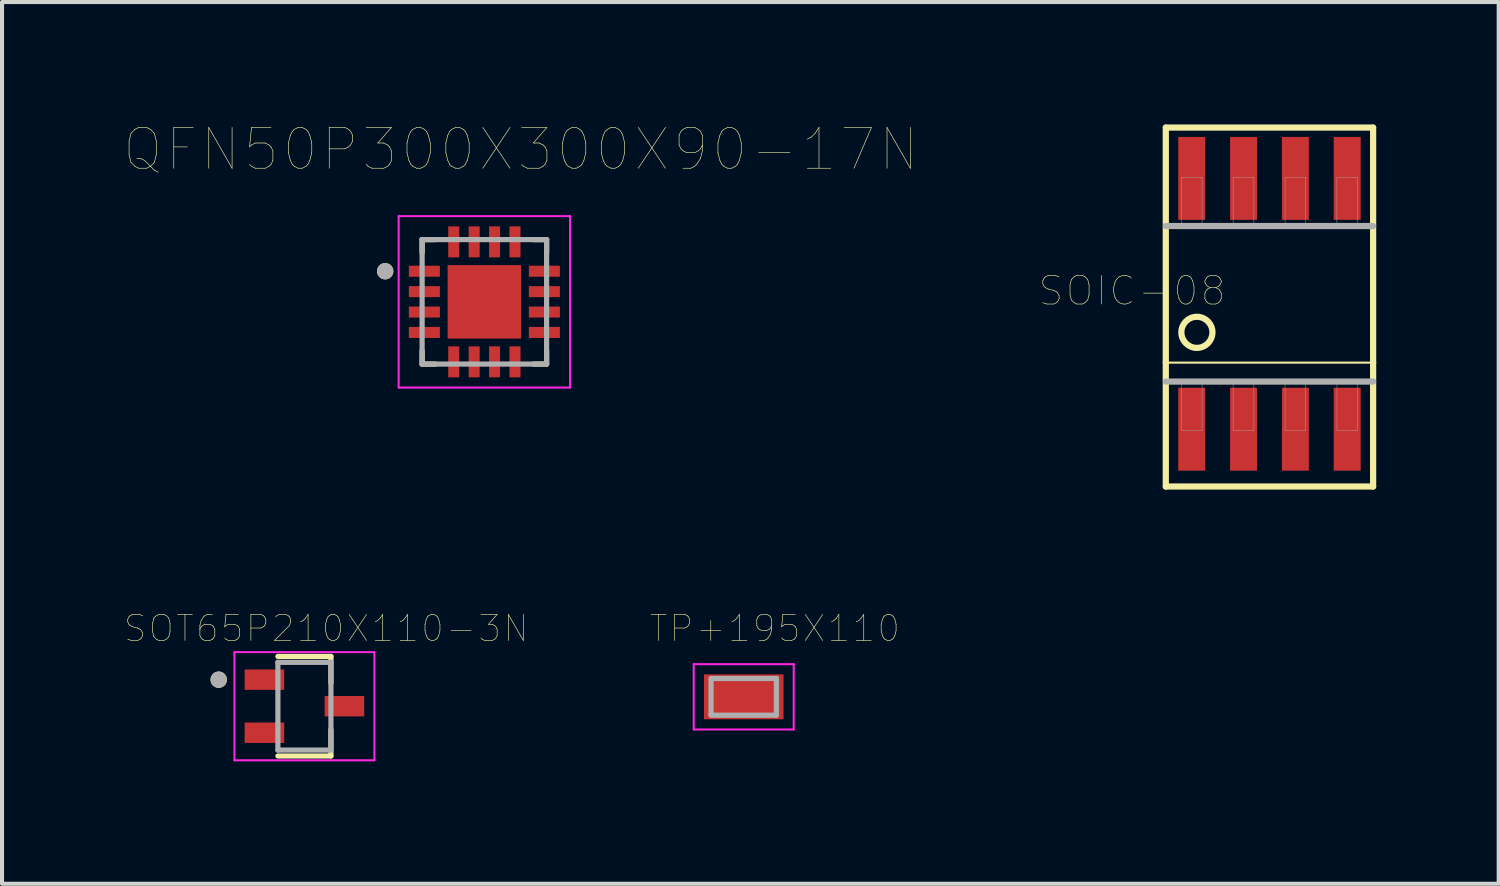
<source format=kicad_pcb>
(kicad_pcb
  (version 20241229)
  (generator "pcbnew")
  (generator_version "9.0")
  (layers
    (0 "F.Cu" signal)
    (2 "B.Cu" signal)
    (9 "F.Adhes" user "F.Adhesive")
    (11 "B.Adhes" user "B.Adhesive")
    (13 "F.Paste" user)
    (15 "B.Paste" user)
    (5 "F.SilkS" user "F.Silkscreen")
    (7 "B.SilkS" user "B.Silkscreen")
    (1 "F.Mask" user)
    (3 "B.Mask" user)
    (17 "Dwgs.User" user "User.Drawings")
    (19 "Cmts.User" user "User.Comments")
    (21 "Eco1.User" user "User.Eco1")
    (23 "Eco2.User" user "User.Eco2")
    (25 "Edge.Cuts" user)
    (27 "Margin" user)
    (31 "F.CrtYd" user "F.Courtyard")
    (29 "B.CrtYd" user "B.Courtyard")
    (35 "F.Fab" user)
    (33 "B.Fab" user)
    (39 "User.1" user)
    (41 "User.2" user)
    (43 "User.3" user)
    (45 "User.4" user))
  (footprint "QFN50P300X300X90-17N"
    (layer "F.Cu")
    (at 8.818 4.346)
    (property "Reference" "QFN50P300X300X90-17N" (at 0.89 -3.735 0) (layer "F.SilkS") (effects (font (size 1 1) (thickness 0.015))))
    (attr through_hole)
    (fp_line (start -1.525 -1.525) (end -1.525 -1.205) (stroke (width 0.127) (type solid)) (layer "F.SilkS"))
    (fp_line (start -1.525 -1.525) (end -1.205 -1.525) (stroke (width 0.127) (type solid)) (layer "F.SilkS"))
    (fp_line (start -1.525 1.525) (end -1.525 1.205) (stroke (width 0.127) (type solid)) (layer "F.SilkS"))
    (fp_line (start -1.525 1.525) (end -1.205 1.525) (stroke (width 0.127) (type solid)) (layer "F.SilkS"))
    (fp_line (start 1.525 -1.525) (end 1.205 -1.525) (stroke (width 0.127) (type solid)) (layer "F.SilkS"))
    (fp_line (start 1.525 -1.525) (end 1.525 -1.205) (stroke (width 0.127) (type solid)) (layer "F.SilkS"))
    (fp_line (start 1.525 1.525) (end 1.205 1.525) (stroke (width 0.127) (type solid)) (layer "F.SilkS"))
    (fp_line (start 1.525 1.525) (end 1.525 1.205) (stroke (width 0.127) (type solid)) (layer "F.SilkS"))
    (fp_circle (center -2.43 -0.75) (end -2.33 -0.75) (stroke (width 0.2) (type solid)) (fill no) (layer "F.SilkS"))
    (fp_poly (pts (xy -0.57 -0.57) (xy 0.57 -0.57) (xy 0.57 0.57) (xy -0.57 0.57)) (stroke (width 0.01) (type solid)) (fill yes) (layer "F.Paste"))
    (fp_line (start -2.1 -2.1) (end 2.1 -2.1) (stroke (width 0.05) (type solid)) (layer "F.CrtYd"))
    (fp_line (start -2.1 2.1) (end -2.1 -2.1) (stroke (width 0.05) (type solid)) (layer "F.CrtYd"))
    (fp_line (start -2.1 2.1) (end 2.1 2.1) (stroke (width 0.05) (type solid)) (layer "F.CrtYd"))
    (fp_line (start 2.1 2.1) (end 2.1 -2.1) (stroke (width 0.05) (type solid)) (layer "F.CrtYd"))
    (fp_line (start -1.525 1.525) (end -1.525 -1.525) (stroke (width 0.127) (type solid)) (layer "F.Fab"))
    (fp_line (start 1.525 -1.525) (end -1.525 -1.525) (stroke (width 0.127) (type solid)) (layer "F.Fab"))
    (fp_line (start 1.525 1.525) (end -1.525 1.525) (stroke (width 0.127) (type solid)) (layer "F.Fab"))
    (fp_line (start 1.525 1.525) (end 1.525 -1.525) (stroke (width 0.127) (type solid)) (layer "F.Fab"))
    (fp_circle (center -2.43 -0.75) (end -2.33 -0.75) (stroke (width 0.2) (type solid)) (fill no) (layer "F.Fab"))
    (pad "1" smd rect (at -1.47 -0.75) (size 0.76 0.27) (layers "F.Cu" "F.Mask" "F.Paste"))
    (pad "2" smd rect (at -1.47 -0.25) (size 0.76 0.27) (layers "F.Cu" "F.Mask" "F.Paste"))
    (pad "3" smd rect (at -1.47 0.25) (size 0.76 0.27) (layers "F.Cu" "F.Mask" "F.Paste"))
    (pad "4" smd rect (at -1.47 0.75) (size 0.76 0.27) (layers "F.Cu" "F.Mask" "F.Paste"))
    (pad "5" smd rect (at -0.75 1.47) (size 0.27 0.76) (layers "F.Cu" "F.Mask" "F.Paste"))
    (pad "6" smd rect (at -0.25 1.47) (size 0.27 0.76) (layers "F.Cu" "F.Mask" "F.Paste"))
    (pad "7" smd rect (at 0.25 1.47) (size 0.27 0.76) (layers "F.Cu" "F.Mask" "F.Paste"))
    (pad "8" smd rect (at 0.75 1.47) (size 0.27 0.76) (layers "F.Cu" "F.Mask" "F.Paste"))
    (pad "9" smd rect (at 1.47 0.75) (size 0.76 0.27) (layers "F.Cu" "F.Mask" "F.Paste"))
    (pad "10" smd rect (at 1.47 0.25) (size 0.76 0.27) (layers "F.Cu" "F.Mask" "F.Paste"))
    (pad "11" smd rect (at 1.47 -0.25) (size 0.76 0.27) (layers "F.Cu" "F.Mask" "F.Paste"))
    (pad "12" smd rect (at 1.47 -0.75) (size 0.76 0.27) (layers "F.Cu" "F.Mask" "F.Paste"))
    (pad "13" smd rect (at 0.75 -1.47) (size 0.27 0.76) (layers "F.Cu" "F.Mask" "F.Paste"))
    (pad "14" smd rect (at 0.25 -1.47) (size 0.27 0.76) (layers "F.Cu" "F.Mask" "F.Paste"))
    (pad "15" smd rect (at -0.25 -1.47) (size 0.27 0.76) (layers "F.Cu" "F.Mask" "F.Paste"))
    (pad "16" smd rect (at -0.75 -1.47) (size 0.27 0.76) (layers "F.Cu" "F.Mask" "F.Paste"))
    (pad "17" smd rect (at 0 0) (size 1.8 1.8) (layers "F.Cu" "F.Mask")))
  (footprint "SOT65P210X110-3N"
    (layer "F.Cu")
    (at 4.409 14.254)
    (property "Reference" "SOT65P210X110-3N" (at 0.532 -1.906 0) (layer "F.SilkS") (effects (font (size 0.64 0.64) (thickness 0.015))))
    (attr through_hole)
    (fp_line (start -0.65 -1.22) (end 0.65 -1.22) (stroke (width 0.127) (type solid)) (layer "F.SilkS"))
    (fp_line (start -0.65 1.22) (end 0.65 1.22) (stroke (width 0.127) (type solid)) (layer "F.SilkS"))
    (fp_line (start 0.65 -1.22) (end 0.65 -0.57) (stroke (width 0.127) (type solid)) (layer "F.SilkS"))
    (fp_line (start 0.65 1.22) (end 0.65 0.57) (stroke (width 0.127) (type solid)) (layer "F.SilkS"))
    (fp_circle (center -2.1 -0.65) (end -2 -0.65) (stroke (width 0.2) (type solid)) (fill no) (layer "F.SilkS"))
    (fp_line (start -1.715 -1.325) (end 1.715 -1.325) (stroke (width 0.05) (type solid)) (layer "F.CrtYd"))
    (fp_line (start -1.715 1.325) (end -1.715 -1.325) (stroke (width 0.05) (type solid)) (layer "F.CrtYd"))
    (fp_line (start 1.715 1.325) (end -1.715 1.325) (stroke (width 0.05) (type solid)) (layer "F.CrtYd"))
    (fp_line (start 1.715 1.325) (end 1.715 -1.325) (stroke (width 0.05) (type solid)) (layer "F.CrtYd"))
    (fp_line (start -0.65 -1.075) (end 0.65 -1.075) (stroke (width 0.127) (type solid)) (layer "F.Fab"))
    (fp_line (start -0.65 1.075) (end -0.65 -1.075) (stroke (width 0.127) (type solid)) (layer "F.Fab"))
    (fp_line (start 0.65 -1.075) (end 0.65 1.075) (stroke (width 0.127) (type solid)) (layer "F.Fab"))
    (fp_line (start 0.65 1.075) (end -0.65 1.075) (stroke (width 0.127) (type solid)) (layer "F.Fab"))
    (fp_circle (center -2.1 -0.65) (end -2 -0.65) (stroke (width 0.2) (type solid)) (fill no) (layer "F.Fab"))
    (pad "1" smd rect (at -0.98 -0.65) (size 0.97 0.5) (layers "F.Cu" "F.Mask" "F.Paste"))
    (pad "2" smd rect (at -0.98 0.65) (size 0.97 0.5) (layers "F.Cu" "F.Mask" "F.Paste"))
    (pad "3" smd rect (at 0.98 0) (size 0.97 0.5) (layers "F.Cu" "F.Mask" "F.Paste")))
  (footprint "TP+195X110"
    (layer "F.Cu")
    (at 15.173 14.024)
    (property "Reference" "TP+195X110" (at 0.762 -1.676 0) (layer "F.SilkS") (effects (font (size 0.64 0.64) (thickness 0.015))))
    (attr through_hole)
    (fp_line (start -1.225 -0.8) (end 1.225 -0.8) (stroke (width 0.05) (type solid)) (layer "F.CrtYd"))
    (fp_line (start -1.225 0.8) (end -1.225 -0.8) (stroke (width 0.05) (type solid)) (layer "F.CrtYd"))
    (fp_line (start 1.225 -0.8) (end 1.225 0.8) (stroke (width 0.05) (type solid)) (layer "F.CrtYd"))
    (fp_line (start 1.225 0.8) (end -1.225 0.8) (stroke (width 0.05) (type solid)) (layer "F.CrtYd"))
    (fp_line (start -0.8 -0.45) (end 0.8 -0.45) (stroke (width 0.127) (type solid)) (layer "F.Fab"))
    (fp_line (start -0.8 0.45) (end -0.8 -0.45) (stroke (width 0.127) (type solid)) (layer "F.Fab"))
    (fp_line (start 0.8 -0.45) (end 0.8 0.45) (stroke (width 0.127) (type solid)) (layer "F.Fab"))
    (fp_line (start 0.8 0.45) (end -0.8 0.45) (stroke (width 0.127) (type solid)) (layer "F.Fab"))
    (pad "1" smd rect (at 0 0) (size 1.95 1.1) (layers "F.Cu" "F.Mask" "F.Paste")))
  (footprint "SOIC-08"
    (layer "F.Cu")
    (at 28.055 4.394)
    (property "Reference" "SOIC-08" (at -3.368 -0.318 180) (layer "F.SilkS") (effects (font (size 0.701 0.701) (thickness 0.015))))
    (attr through_hole)
    (fp_line (start -2.54 -4.318) (end -2.54 1.441) (stroke (width 0.152) (type solid)) (layer "F.SilkS"))
    (fp_line (start -2.54 -4.318) (end 2.54 -4.318) (stroke (width 0.152) (type solid)) (layer "F.SilkS"))
    (fp_line (start -2.54 1.441) (end -2.54 4.477) (stroke (width 0.152) (type solid)) (layer "F.SilkS"))
    (fp_line (start -2.54 1.441) (end 2.54 1.441) (stroke (width 0.051) (type solid)) (layer "F.SilkS"))
    (fp_line (start 2.54 -4.318) (end 2.54 1.441) (stroke (width 0.152) (type solid)) (layer "F.SilkS"))
    (fp_line (start 2.54 1.441) (end 2.54 4.477) (stroke (width 0.152) (type solid)) (layer "F.SilkS"))
    (fp_line (start 2.54 4.477) (end -2.54 4.477) (stroke (width 0.152) (type solid)) (layer "F.SilkS"))
    (fp_circle (center -1.778 0.699) (end -1.397 0.699) (stroke (width 0.152) (type solid)) (fill no) (layer "F.SilkS"))
    (fp_line (start -2.54 -1.905) (end 2.54 -1.905) (stroke (width 0.152) (type solid)) (layer "F.Fab"))
    (fp_line (start -2.54 1.905) (end 2.54 1.905) (stroke (width 0.152) (type solid)) (layer "F.Fab"))
    (fp_poly (pts (xy -2.162 -3.099) (xy -1.651 -3.099) (xy -1.651 -1.959) (xy -2.162 -1.959)) (stroke (width 0.01) (type solid)) (fill no) (layer "F.Fab"))
    (fp_poly (pts (xy -2.16 1.956) (xy -1.651 1.956) (xy -1.651 3.101) (xy -2.16 3.101)) (stroke (width 0.01) (type solid)) (fill no) (layer "F.Fab"))
    (fp_poly (pts (xy -0.891 1.956) (xy -0.381 1.956) (xy -0.381 3.105) (xy -0.891 3.105)) (stroke (width 0.01) (type solid)) (fill no) (layer "F.Fab"))
    (fp_poly (pts (xy -0.89 -3.099) (xy -0.381 -3.099) (xy -0.381 -1.958) (xy -0.89 -1.958)) (stroke (width 0.01) (type solid)) (fill no) (layer "F.Fab"))
    (fp_poly (pts (xy 0.381 1.956) (xy 0.889 1.956) (xy 0.889 3.102) (xy 0.381 3.102)) (stroke (width 0.01) (type solid)) (fill no) (layer "F.Fab"))
    (fp_poly (pts (xy 0.382 -3.099) (xy 0.889 -3.099) (xy 0.889 -1.959) (xy 0.382 -1.959)) (stroke (width 0.01) (type solid)) (fill no) (layer "F.Fab"))
    (fp_poly (pts (xy 1.652 -3.099) (xy 2.159 -3.099) (xy 2.159 -1.957) (xy 1.652 -1.957)) (stroke (width 0.01) (type solid)) (fill no) (layer "F.Fab"))
    (fp_poly (pts (xy 1.654 1.956) (xy 2.159 1.956) (xy 2.159 3.104) (xy 1.654 3.104)) (stroke (width 0.01) (type solid)) (fill no) (layer "F.Fab"))
    (pad "1" smd rect (at -1.905 3.073) (size 0.66 2.032) (layers "F.Cu" "F.Mask" "F.Paste"))
    (pad "2" smd rect (at -0.635 3.073) (size 0.66 2.032) (layers "F.Cu" "F.Mask" "F.Paste"))
    (pad "3" smd rect (at 0.635 3.073) (size 0.66 2.032) (layers "F.Cu" "F.Mask" "F.Paste"))
    (pad "4" smd rect (at 1.905 3.073) (size 0.66 2.032) (layers "F.Cu" "F.Mask" "F.Paste"))
    (pad "5" smd rect (at 1.905 -3.073) (size 0.66 2.032) (layers "F.Cu" "F.Mask" "F.Paste"))
    (pad "6" smd rect (at 0.635 -3.073) (size 0.66 2.032) (layers "F.Cu" "F.Mask" "F.Paste"))
    (pad "7" smd rect (at -0.635 -3.073) (size 0.66 2.032) (layers "F.Cu" "F.Mask" "F.Paste"))
    (pad "8" smd rect (at -1.905 -3.073) (size 0.66 2.032) (layers "F.Cu" "F.Mask" "F.Paste")))
  (gr_rect
    (start -3 -3)
    (end 33.672 18.604)
    (stroke (width 0.1) (type default))
    (fill no)
    (layer "Edge.Cuts")))
</source>
